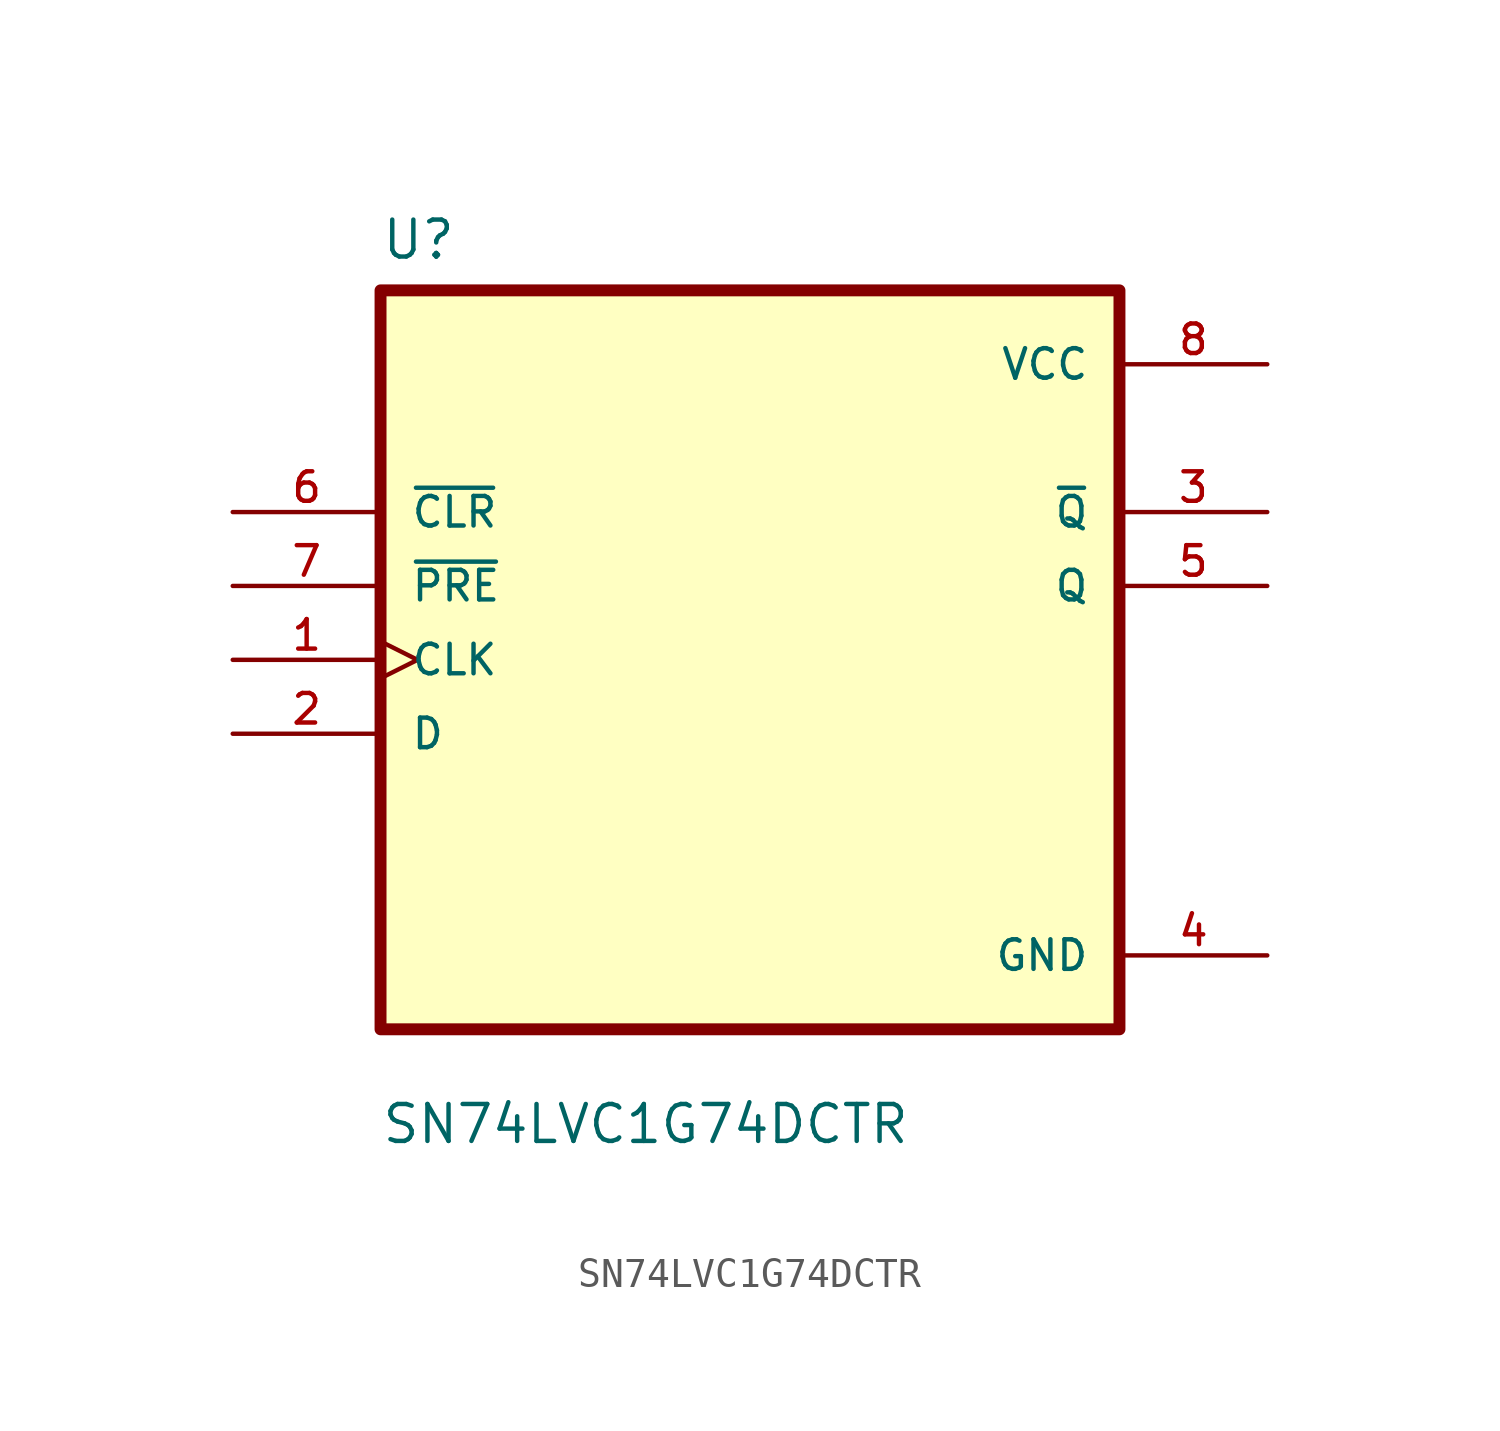
<source format=kicad_sym>
(kicad_symbol_lib
  (version 20211014)
  (generator kicad_symbol_editor)
  (symbol "SN74LVC1G74DCTR"
    (pin_names
      (offset 1.016))
    (property "Reference" "U"
      (at -12.7 13.7 0.0)
      (effects (font (size 1.27 1.27)) (justify bottom left)))
    (property "Value" "SN74LVC1G74DCTR"
      (at -12.7 -16.7 0.0)
      (effects (font (size 1.27 1.27)) (justify bottom left)))
    (symbol "SN74LVC1G74DCTR_0_0"
      (rectangle (start -12.7 -12.7) (end 12.7 12.7) (stroke (width 0.41)) (fill (type background)))
      (pin input line (at -17.78 5.08 0) (length 5.08) (name "~{CLR}" (effects (font (size 1.016 1.016)))) (number "6" (effects (font (size 1.016 1.016)))))
      (pin input line (at -17.78 2.54 0) (length 5.08) (name "~{PRE}" (effects (font (size 1.016 1.016)))) (number "7" (effects (font (size 1.016 1.016)))))
      (pin input clock (at -17.78 -8.88178e-16 0) (length 5.08) (name "CLK" (effects (font (size 1.016 1.016)))) (number "1" (effects (font (size 1.016 1.016)))))
      (pin input line (at -17.78 -2.54 0) (length 5.08) (name "D" (effects (font (size 1.016 1.016)))) (number "2" (effects (font (size 1.016 1.016)))))
      (pin power_in line (at 17.78 10.16 180.0) (length 5.08) (name "VCC" (effects (font (size 1.016 1.016)))) (number "8" (effects (font (size 1.016 1.016)))))
      (pin output line (at 17.78 5.08 180.0) (length 5.08) (name "~{Q}" (effects (font (size 1.016 1.016)))) (number "3" (effects (font (size 1.016 1.016)))))
      (pin output line (at 17.78 2.54 180.0) (length 5.08) (name "Q" (effects (font (size 1.016 1.016)))) (number "5" (effects (font (size 1.016 1.016)))))
      (pin power_in line (at 17.78 -10.16 180.0) (length 5.08) (name "GND" (effects (font (size 1.016 1.016)))) (number "4" (effects (font (size 1.016 1.016))))))))
</source>
